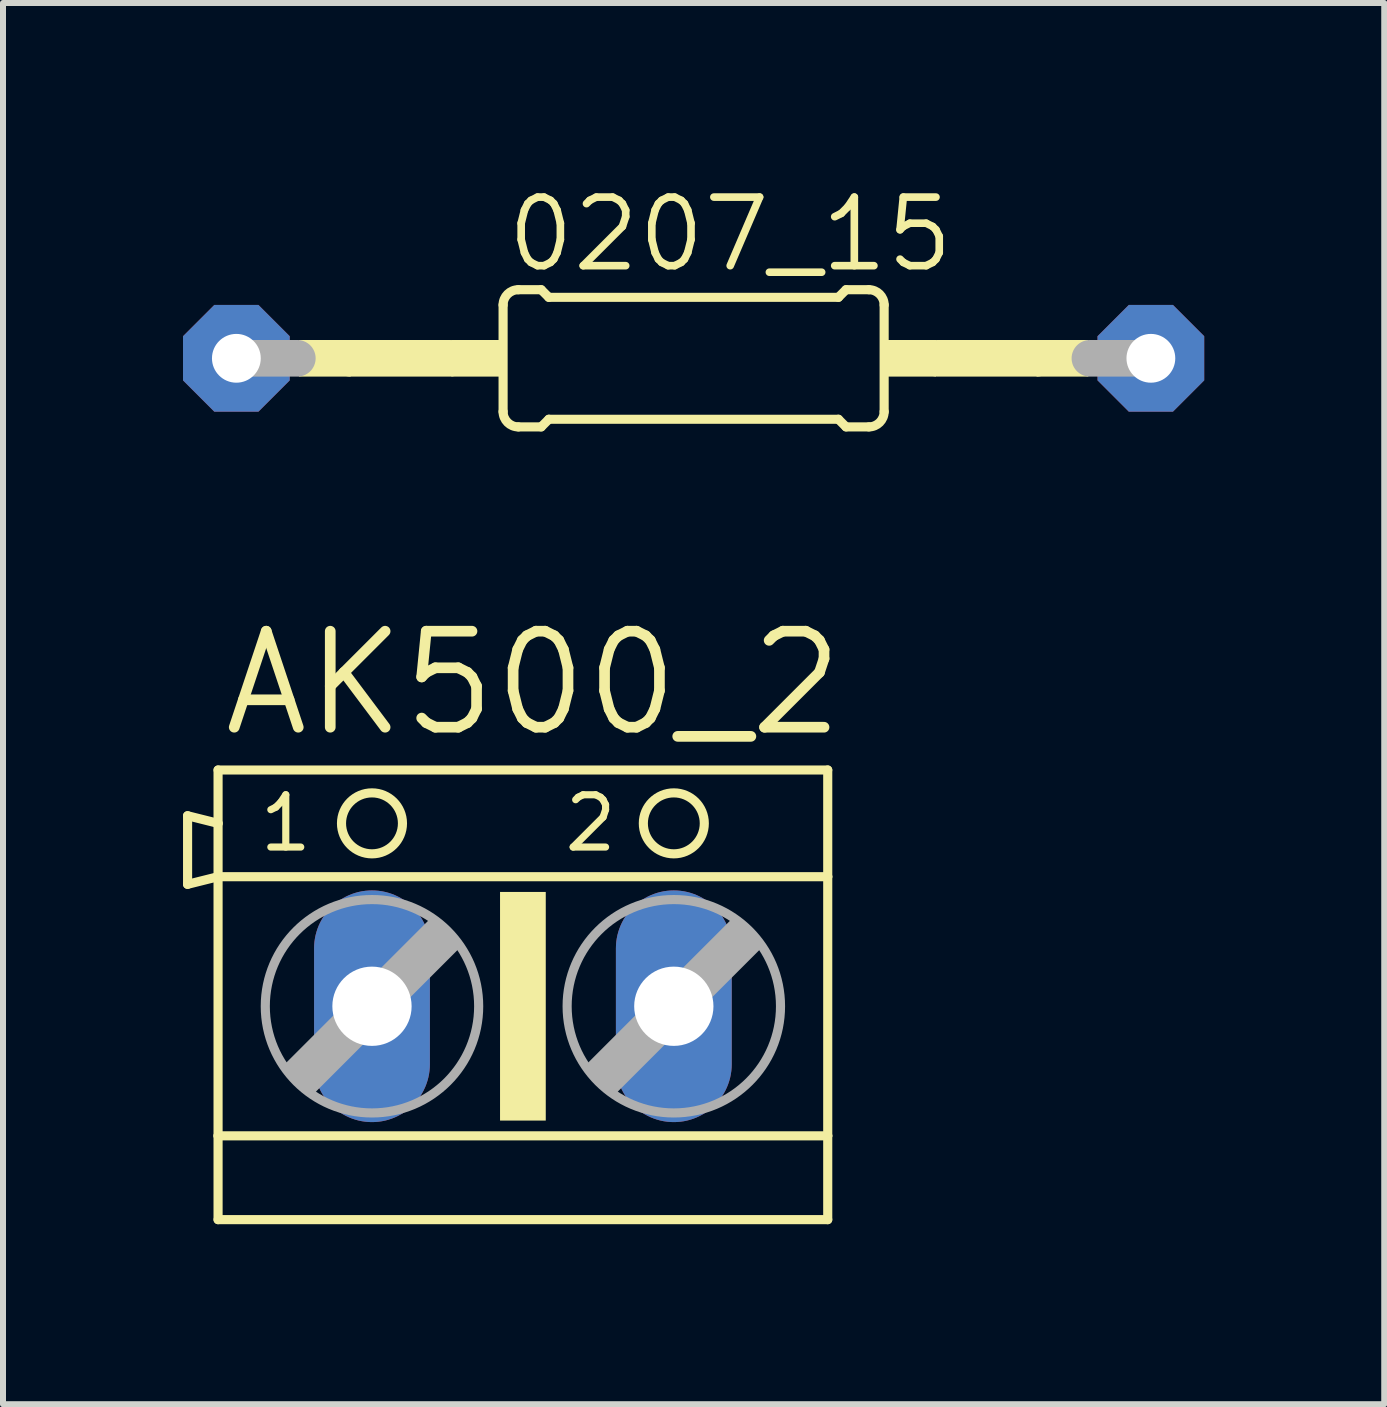
<source format=kicad_pcb>
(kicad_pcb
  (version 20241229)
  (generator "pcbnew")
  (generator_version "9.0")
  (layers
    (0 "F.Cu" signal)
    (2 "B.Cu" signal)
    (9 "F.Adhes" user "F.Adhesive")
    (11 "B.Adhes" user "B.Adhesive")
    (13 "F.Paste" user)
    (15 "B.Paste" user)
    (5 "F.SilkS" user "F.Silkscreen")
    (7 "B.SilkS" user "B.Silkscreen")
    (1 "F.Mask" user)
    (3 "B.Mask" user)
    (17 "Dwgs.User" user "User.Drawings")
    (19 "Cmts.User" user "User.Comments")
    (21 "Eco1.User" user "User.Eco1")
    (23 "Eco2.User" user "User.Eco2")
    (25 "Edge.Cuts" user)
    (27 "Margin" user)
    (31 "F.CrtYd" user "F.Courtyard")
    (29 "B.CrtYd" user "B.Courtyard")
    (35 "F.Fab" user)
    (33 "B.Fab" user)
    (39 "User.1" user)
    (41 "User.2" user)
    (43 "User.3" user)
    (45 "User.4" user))
  (footprint "AK500_2"
    (layer "F.Cu")
    (at 5.664 13.719)
    (property "Reference" "AK500_2" (at -5.08 -4.445 0) (layer "F.SilkS") (effects (font (size 1.6 1.6) (thickness 0.178)) (justify left bottom)))
    (fp_line (start -5.588 -3.175) (end -5.588 -2.032) (stroke (width 0.152) (type solid)) (layer "F.SilkS"))
    (fp_line (start -5.588 -2.032) (end -5.08 -2.159) (stroke (width 0.152) (type solid)) (layer "F.SilkS"))
    (fp_line (start -5.08 -3.048) (end -5.588 -3.175) (stroke (width 0.152) (type solid)) (layer "F.SilkS"))
    (fp_line (start -5.08 -3.048) (end -5.08 -3.937) (stroke (width 0.152) (type solid)) (layer "F.SilkS"))
    (fp_line (start -5.08 -2.159) (end -5.08 -3.048) (stroke (width 0.152) (type solid)) (layer "F.SilkS"))
    (fp_line (start -5.08 -2.159) (end 5.08 -2.159) (stroke (width 0.152) (type solid)) (layer "F.SilkS"))
    (fp_line (start -5.08 2.159) (end -5.08 -2.159) (stroke (width 0.152) (type solid)) (layer "F.SilkS"))
    (fp_line (start -5.08 2.159) (end 5.08 2.159) (stroke (width 0.152) (type solid)) (layer "F.SilkS"))
    (fp_line (start -5.08 3.556) (end -5.08 2.159) (stroke (width 0.152) (type solid)) (layer "F.SilkS"))
    (fp_line (start -5.08 3.556) (end 5.08 3.556) (stroke (width 0.152) (type solid)) (layer "F.SilkS"))
    (fp_line (start 5.08 -3.937) (end -5.08 -3.937) (stroke (width 0.152) (type solid)) (layer "F.SilkS"))
    (fp_line (start 5.08 -3.937) (end 5.08 -2.159) (stroke (width 0.152) (type solid)) (layer "F.SilkS"))
    (fp_line (start 5.08 -2.159) (end 5.08 2.159) (stroke (width 0.152) (type solid)) (layer "F.SilkS"))
    (fp_line (start 5.08 2.159) (end 5.08 3.556) (stroke (width 0.152) (type solid)) (layer "F.SilkS"))
    (fp_circle (center -2.515 -3.048) (end -2.007 -3.048) (stroke (width 0.152) (type solid)) (fill no) (layer "F.SilkS"))
    (fp_circle (center 2.515 -3.048) (end 3.023 -3.048) (stroke (width 0.152) (type solid)) (fill no) (layer "F.SilkS"))
    (fp_poly (pts (xy -0.381 1.905) (xy 0.381 1.905) (xy 0.381 -1.905) (xy -0.381 -1.905)) (stroke (width 0) (type solid)) (fill yes) (layer "F.SilkS"))
    (fp_line (start -3.912 1.016) (end -3.531 1.397) (stroke (width 0.152) (type solid)) (layer "F.Fab"))
    (fp_line (start -3.912 1.016) (end -1.499 -1.397) (stroke (width 0.152) (type solid)) (layer "F.Fab"))
    (fp_line (start -3.531 1.016) (end -1.499 -1.016) (stroke (width 0.61) (type solid)) (layer "F.Fab"))
    (fp_line (start -3.531 1.397) (end -1.118 -1.016) (stroke (width 0.152) (type solid)) (layer "F.Fab"))
    (fp_line (start -1.499 -1.397) (end -1.118 -1.016) (stroke (width 0.152) (type solid)) (layer "F.Fab"))
    (fp_line (start 1.118 1.016) (end 1.499 1.397) (stroke (width 0.152) (type solid)) (layer "F.Fab"))
    (fp_line (start 1.118 1.016) (end 3.531 -1.397) (stroke (width 0.152) (type solid)) (layer "F.Fab"))
    (fp_line (start 1.499 1.016) (end 3.531 -1.016) (stroke (width 0.61) (type solid)) (layer "F.Fab"))
    (fp_line (start 1.499 1.397) (end 3.912 -1.016) (stroke (width 0.152) (type solid)) (layer "F.Fab"))
    (fp_line (start 3.531 -1.397) (end 3.912 -1.016) (stroke (width 0.152) (type solid)) (layer "F.Fab"))
    (fp_circle (center -2.515 0) (end -0.737 0) (stroke (width 0.152) (type solid)) (fill no) (layer "F.Fab"))
    (fp_circle (center 2.515 0) (end 4.293 0) (stroke (width 0.152) (type solid)) (fill no) (layer "F.Fab"))
    (fp_text user "2" (at 0.635 -2.54 0) (layer "F.SilkS") (effects (font (size 0.872 0.872) (thickness 0.119)) (justify left bottom)))
    (fp_text user "1" (at -4.445 -2.54 0) (layer "F.SilkS") (effects (font (size 0.872 0.872) (thickness 0.119)) (justify left bottom)))
    (pad "1" thru_hole oval (at -2.515 0 90) (size 3.861 1.93) (drill 1.321) (layers "*.Cu" "*.Mask"))
    (pad "2" thru_hole oval (at 2.515 0 90) (size 3.861 1.93) (drill 1.321) (layers "*.Cu" "*.Mask")))
  (footprint "0207_15"
    (layer "F.Cu")
    (at 8.509 2.921)
    (property "Reference" "0207_15" (at -3.175 -1.397 0) (layer "F.SilkS") (effects (font (size 1.143 1.143) (thickness 0.127)) (justify left bottom)))
    (fp_line (start -5.715 0) (end -4.064 0) (stroke (width 0.61) (type solid)) (layer "F.SilkS"))
    (fp_line (start -3.175 0.889) (end -3.175 -0.889) (stroke (width 0.152) (type solid)) (layer "F.SilkS"))
    (fp_line (start -2.921 -1.143) (end -2.54 -1.143) (stroke (width 0.152) (type solid)) (layer "F.SilkS"))
    (fp_line (start -2.921 1.143) (end -2.54 1.143) (stroke (width 0.152) (type solid)) (layer "F.SilkS"))
    (fp_line (start -2.413 -1.016) (end -2.54 -1.143) (stroke (width 0.152) (type solid)) (layer "F.SilkS"))
    (fp_line (start -2.413 1.016) (end -2.54 1.143) (stroke (width 0.152) (type solid)) (layer "F.SilkS"))
    (fp_line (start 2.413 -1.016) (end -2.413 -1.016) (stroke (width 0.152) (type solid)) (layer "F.SilkS"))
    (fp_line (start 2.413 -1.016) (end 2.54 -1.143) (stroke (width 0.152) (type solid)) (layer "F.SilkS"))
    (fp_line (start 2.413 1.016) (end -2.413 1.016) (stroke (width 0.152) (type solid)) (layer "F.SilkS"))
    (fp_line (start 2.413 1.016) (end 2.54 1.143) (stroke (width 0.152) (type solid)) (layer "F.SilkS"))
    (fp_line (start 2.921 -1.143) (end 2.54 -1.143) (stroke (width 0.152) (type solid)) (layer "F.SilkS"))
    (fp_line (start 2.921 1.143) (end 2.54 1.143) (stroke (width 0.152) (type solid)) (layer "F.SilkS"))
    (fp_line (start 3.175 0.889) (end 3.175 -0.889) (stroke (width 0.152) (type solid)) (layer "F.SilkS"))
    (fp_line (start 5.715 0) (end 4.064 0) (stroke (width 0.61) (type solid)) (layer "F.SilkS"))
    (fp_arc (start -3.175 -0.889) (mid -3.100605 -1.068605) (end -2.921 -1.143) (stroke (width 0.1524) (type solid)) (layer "F.SilkS"))
    (fp_arc (start -2.921 1.143) (mid -3.100605 1.068605) (end -3.175 0.889) (stroke (width 0.1524) (type solid)) (layer "F.SilkS"))
    (fp_arc (start 2.921 -1.143) (mid 3.100605 -1.068605) (end 3.175 -0.889) (stroke (width 0.1524) (type solid)) (layer "F.SilkS"))
    (fp_arc (start 3.175 0.889) (mid 3.100605 1.068605) (end 2.921 1.143) (stroke (width 0.1524) (type solid)) (layer "F.SilkS"))
    (fp_poly (pts (xy -6.579 0.305) (xy -5.715 0.305) (xy -5.715 -0.305) (xy -6.579 -0.305)) (stroke (width 0) (type solid)) (fill yes) (layer "F.SilkS"))
    (fp_poly (pts (xy -4.039 0.305) (xy -3.175 0.305) (xy -3.175 -0.305) (xy -4.039 -0.305)) (stroke (width 0) (type solid)) (fill yes) (layer "F.SilkS"))
    (fp_poly (pts (xy 3.175 0.305) (xy 4.039 0.305) (xy 4.039 -0.305) (xy 3.175 -0.305)) (stroke (width 0) (type solid)) (fill yes) (layer "F.SilkS"))
    (fp_poly (pts (xy 5.715 0.305) (xy 6.579 0.305) (xy 6.579 -0.305) (xy 5.715 -0.305)) (stroke (width 0) (type solid)) (fill yes) (layer "F.SilkS"))
    (fp_line (start -7.62 0) (end -6.604 0) (stroke (width 0.61) (type solid)) (layer "F.Fab"))
    (fp_line (start 7.62 0) (end 6.604 0) (stroke (width 0.61) (type solid)) (layer "F.Fab"))
    (pad "1" thru_hole roundrect (at -7.62 0) (size 1.778 1.778) (drill 0.813) (layers "*.Cu" "*.Mask") (roundrect_rratio 0.25) (chamfer_ratio 0.293) (chamfer top_left top_right bottom_left bottom_right))
    (pad "2" thru_hole roundrect (at 7.62 0) (size 1.778 1.778) (drill 0.813) (layers "*.Cu" "*.Mask") (roundrect_rratio 0.25) (chamfer_ratio 0.293) (chamfer top_left top_right bottom_left bottom_right)))
  (gr_rect
    (start -3 -3)
    (end 20.018 20.351)
    (stroke (width 0.1) (type default))
    (fill no)
    (layer "Edge.Cuts")))
</source>
